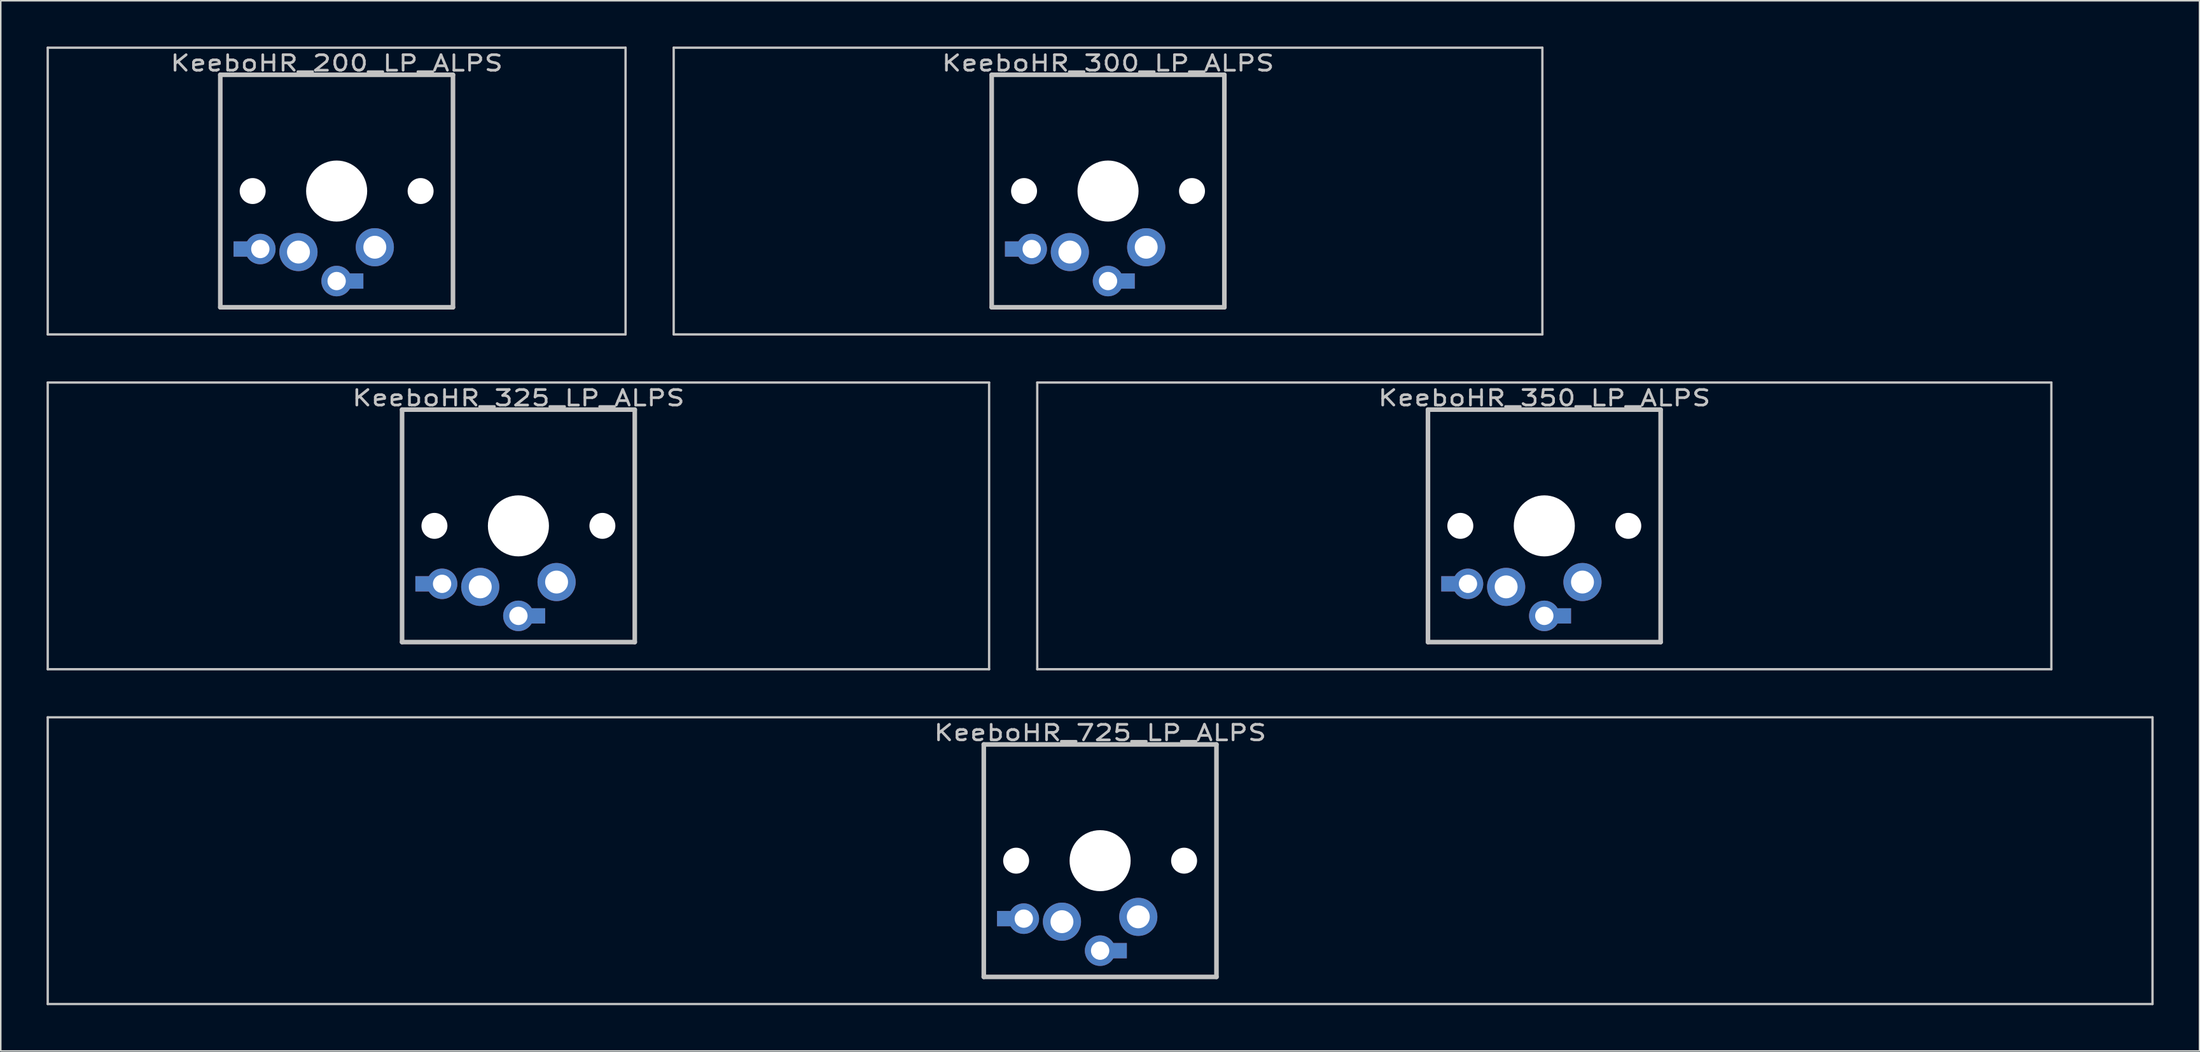
<source format=kicad_pcb>
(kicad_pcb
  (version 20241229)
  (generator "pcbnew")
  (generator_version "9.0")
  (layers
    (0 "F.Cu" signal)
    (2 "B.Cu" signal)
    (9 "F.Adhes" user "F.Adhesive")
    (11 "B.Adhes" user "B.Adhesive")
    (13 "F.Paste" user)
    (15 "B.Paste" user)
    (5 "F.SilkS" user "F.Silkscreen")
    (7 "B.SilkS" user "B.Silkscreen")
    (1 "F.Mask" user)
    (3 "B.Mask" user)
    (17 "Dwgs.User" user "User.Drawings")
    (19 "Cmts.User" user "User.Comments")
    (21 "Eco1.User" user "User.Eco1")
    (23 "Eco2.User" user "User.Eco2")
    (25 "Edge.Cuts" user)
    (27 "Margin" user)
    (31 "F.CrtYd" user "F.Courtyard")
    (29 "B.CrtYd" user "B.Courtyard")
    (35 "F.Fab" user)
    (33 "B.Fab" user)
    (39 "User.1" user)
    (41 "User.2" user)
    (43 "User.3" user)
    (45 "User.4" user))
  (footprint "KeeboHR_200_LP_ALPS"
    (layer "F.Cu")
    (at 18.999 9.474)
    (property "Reference" "KeeboHR_200_LP_ALPS" (at 0 -8.382 0) (layer "Dwgs.User") (effects (font (size 1.016 1.27) (thickness 0.178))))
    (attr through_hole)
    (fp_line (start -18.923 -9.398) (end 18.923 -9.398) (stroke (width 0.152) (type solid)) (layer "Dwgs.User"))
    (fp_line (start -18.923 9.398) (end -18.923 -9.398) (stroke (width 0.152) (type solid)) (layer "Dwgs.User"))
    (fp_line (start -7.62 -7.62) (end 7.62 -7.62) (stroke (width 0.3) (type solid)) (layer "Dwgs.User"))
    (fp_line (start -7.62 7.62) (end -7.62 -7.62) (stroke (width 0.3) (type solid)) (layer "Dwgs.User"))
    (fp_line (start 7.62 -7.62) (end 7.62 7.62) (stroke (width 0.3) (type solid)) (layer "Dwgs.User"))
    (fp_line (start 7.62 7.62) (end -7.62 7.62) (stroke (width 0.3) (type solid)) (layer "Dwgs.User"))
    (fp_line (start 18.923 -9.398) (end 18.923 9.398) (stroke (width 0.152) (type solid)) (layer "Dwgs.User"))
    (fp_line (start 18.923 9.398) (end -18.923 9.398) (stroke (width 0.152) (type solid)) (layer "Dwgs.User"))
    (pad "" np_thru_hole circle (at -5.5 0) (size 1.7 1.7) (drill 1.7) (layers "*.Cu" "*.Mask"))
    (pad "" np_thru_hole circle (at 0 0) (size 4 4) (drill 4) (layers "*.Cu" "*.Mask"))
    (pad "" np_thru_hole circle (at 5.5 0) (size 1.7 1.7) (drill 1.7) (layers "*.Cu" "*.Mask"))
    (pad "1" thru_hole circle (at 0 5.9) (size 2 2) (drill 1.2) (layers "*.Cu" "*.Mask"))
    (pad "1" smd rect (at 1.25 5.9) (size 1 1) (layers "*.Cu" "*.Mask"))
    (pad "1" thru_hole circle (at 2.5 3.683) (size 2.5 2.5) (drill 1.5) (layers "*.Cu" "*.Mask"))
    (pad "2" smd rect (at -6.25 3.8) (size 1 1) (layers "*.Cu" "*.Mask"))
    (pad "2" thru_hole circle (at -5 3.8) (size 2 2) (drill 1.2) (layers "*.Cu" "*.Mask"))
    (pad "2" thru_hole circle (at -2.5 4) (size 2.5 2.5) (drill 1.5) (layers "*.Cu" "*.Mask")))
  (footprint "KeeboHR_350_LP_ALPS"
    (layer "F.Cu")
    (at 98.098 31.423)
    (property "Reference" "KeeboHR_350_LP_ALPS" (at 0 -8.382 0) (layer "Dwgs.User") (effects (font (size 1.016 1.27) (thickness 0.178))))
    (attr through_hole)
    (fp_line (start -33.211 -9.398) (end 33.211 -9.398) (stroke (width 0.152) (type solid)) (layer "Dwgs.User"))
    (fp_line (start -33.211 9.398) (end -33.211 -9.398) (stroke (width 0.152) (type solid)) (layer "Dwgs.User"))
    (fp_line (start -7.62 -7.62) (end 7.62 -7.62) (stroke (width 0.3) (type solid)) (layer "Dwgs.User"))
    (fp_line (start -7.62 7.62) (end -7.62 -7.62) (stroke (width 0.3) (type solid)) (layer "Dwgs.User"))
    (fp_line (start 7.62 -7.62) (end 7.62 7.62) (stroke (width 0.3) (type solid)) (layer "Dwgs.User"))
    (fp_line (start 7.62 7.62) (end -7.62 7.62) (stroke (width 0.3) (type solid)) (layer "Dwgs.User"))
    (fp_line (start 33.211 -9.398) (end 33.211 9.398) (stroke (width 0.152) (type solid)) (layer "Dwgs.User"))
    (fp_line (start 33.211 9.398) (end -33.211 9.398) (stroke (width 0.152) (type solid)) (layer "Dwgs.User"))
    (pad "" np_thru_hole circle (at -5.5 0) (size 1.7 1.7) (drill 1.7) (layers "*.Cu" "*.Mask"))
    (pad "" np_thru_hole circle (at 0 0) (size 4 4) (drill 4) (layers "*.Cu" "*.Mask"))
    (pad "" np_thru_hole circle (at 5.5 0) (size 1.7 1.7) (drill 1.7) (layers "*.Cu" "*.Mask"))
    (pad "1" thru_hole circle (at 0 5.9) (size 2 2) (drill 1.2) (layers "*.Cu" "*.Mask"))
    (pad "1" smd rect (at 1.25 5.9) (size 1 1) (layers "*.Cu" "*.Mask"))
    (pad "1" thru_hole circle (at 2.5 3.683) (size 2.5 2.5) (drill 1.5) (layers "*.Cu" "*.Mask"))
    (pad "2" smd rect (at -6.25 3.8) (size 1 1) (layers "*.Cu" "*.Mask"))
    (pad "2" thru_hole circle (at -5 3.8) (size 2 2) (drill 1.2) (layers "*.Cu" "*.Mask"))
    (pad "2" thru_hole circle (at -2.5 4) (size 2.5 2.5) (drill 1.5) (layers "*.Cu" "*.Mask")))
  (footprint "KeeboHR_300_LP_ALPS"
    (layer "F.Cu")
    (at 69.523 9.474)
    (property "Reference" "KeeboHR_300_LP_ALPS" (at 0 -8.382 0) (layer "Dwgs.User") (effects (font (size 1.016 1.27) (thickness 0.178))))
    (attr through_hole)
    (fp_line (start -28.448 -9.398) (end 28.448 -9.398) (stroke (width 0.152) (type solid)) (layer "Dwgs.User"))
    (fp_line (start -28.448 9.398) (end -28.448 -9.398) (stroke (width 0.152) (type solid)) (layer "Dwgs.User"))
    (fp_line (start -7.62 -7.62) (end 7.62 -7.62) (stroke (width 0.3) (type solid)) (layer "Dwgs.User"))
    (fp_line (start -7.62 7.62) (end -7.62 -7.62) (stroke (width 0.3) (type solid)) (layer "Dwgs.User"))
    (fp_line (start 7.62 -7.62) (end 7.62 7.62) (stroke (width 0.3) (type solid)) (layer "Dwgs.User"))
    (fp_line (start 7.62 7.62) (end -7.62 7.62) (stroke (width 0.3) (type solid)) (layer "Dwgs.User"))
    (fp_line (start 28.448 -9.398) (end 28.448 9.398) (stroke (width 0.152) (type solid)) (layer "Dwgs.User"))
    (fp_line (start 28.448 9.398) (end -28.448 9.398) (stroke (width 0.152) (type solid)) (layer "Dwgs.User"))
    (pad "" np_thru_hole circle (at -5.5 0) (size 1.7 1.7) (drill 1.7) (layers "*.Cu" "*.Mask"))
    (pad "" np_thru_hole circle (at 0 0) (size 4 4) (drill 4) (layers "*.Cu" "*.Mask"))
    (pad "" np_thru_hole circle (at 5.5 0) (size 1.7 1.7) (drill 1.7) (layers "*.Cu" "*.Mask"))
    (pad "1" thru_hole circle (at 0 5.9) (size 2 2) (drill 1.2) (layers "*.Cu" "*.Mask"))
    (pad "1" smd rect (at 1.25 5.9) (size 1 1) (layers "*.Cu" "*.Mask"))
    (pad "1" thru_hole circle (at 2.5 3.683) (size 2.5 2.5) (drill 1.5) (layers "*.Cu" "*.Mask"))
    (pad "2" smd rect (at -6.25 3.8) (size 1 1) (layers "*.Cu" "*.Mask"))
    (pad "2" thru_hole circle (at -5 3.8) (size 2 2) (drill 1.2) (layers "*.Cu" "*.Mask"))
    (pad "2" thru_hole circle (at -2.5 4) (size 2.5 2.5) (drill 1.5) (layers "*.Cu" "*.Mask")))
  (footprint "KeeboHR_725_LP_ALPS"
    (layer "F.Cu")
    (at 69.005 53.371)
    (property "Reference" "KeeboHR_725_LP_ALPS" (at 0 -8.382 0) (layer "Dwgs.User") (effects (font (size 1.016 1.27) (thickness 0.178))))
    (attr through_hole)
    (fp_line (start -68.929 -9.398) (end 68.929 -9.398) (stroke (width 0.152) (type solid)) (layer "Dwgs.User"))
    (fp_line (start -68.929 9.398) (end -68.929 -9.398) (stroke (width 0.152) (type solid)) (layer "Dwgs.User"))
    (fp_line (start -7.62 -7.62) (end 7.62 -7.62) (stroke (width 0.3) (type solid)) (layer "Dwgs.User"))
    (fp_line (start -7.62 7.62) (end -7.62 -7.62) (stroke (width 0.3) (type solid)) (layer "Dwgs.User"))
    (fp_line (start 7.62 -7.62) (end 7.62 7.62) (stroke (width 0.3) (type solid)) (layer "Dwgs.User"))
    (fp_line (start 7.62 7.62) (end -7.62 7.62) (stroke (width 0.3) (type solid)) (layer "Dwgs.User"))
    (fp_line (start 68.929 -9.398) (end 68.929 9.398) (stroke (width 0.152) (type solid)) (layer "Dwgs.User"))
    (fp_line (start 68.929 9.398) (end -68.929 9.398) (stroke (width 0.152) (type solid)) (layer "Dwgs.User"))
    (pad "" np_thru_hole circle (at -5.5 0) (size 1.7 1.7) (drill 1.7) (layers "*.Cu" "*.Mask"))
    (pad "" np_thru_hole circle (at 0 0) (size 4 4) (drill 4) (layers "*.Cu" "*.Mask"))
    (pad "" np_thru_hole circle (at 5.5 0) (size 1.7 1.7) (drill 1.7) (layers "*.Cu" "*.Mask"))
    (pad "1" thru_hole circle (at 0 5.9) (size 2 2) (drill 1.2) (layers "*.Cu" "*.Mask"))
    (pad "1" smd rect (at 1.25 5.9) (size 1 1) (layers "*.Cu" "*.Mask"))
    (pad "1" thru_hole circle (at 2.5 3.683) (size 2.5 2.5) (drill 1.5) (layers "*.Cu" "*.Mask"))
    (pad "2" smd rect (at -6.25 3.8) (size 1 1) (layers "*.Cu" "*.Mask"))
    (pad "2" thru_hole circle (at -5 3.8) (size 2 2) (drill 1.2) (layers "*.Cu" "*.Mask"))
    (pad "2" thru_hole circle (at -2.5 4) (size 2.5 2.5) (drill 1.5) (layers "*.Cu" "*.Mask")))
  (footprint "KeeboHR_325_LP_ALPS"
    (layer "F.Cu")
    (at 30.905 31.423)
    (property "Reference" "KeeboHR_325_LP_ALPS" (at 0 -8.382 0) (layer "Dwgs.User") (effects (font (size 1.016 1.27) (thickness 0.178))))
    (attr through_hole)
    (fp_line (start -30.829 -9.398) (end 30.829 -9.398) (stroke (width 0.152) (type solid)) (layer "Dwgs.User"))
    (fp_line (start -30.829 9.398) (end -30.829 -9.398) (stroke (width 0.152) (type solid)) (layer "Dwgs.User"))
    (fp_line (start -7.62 -7.62) (end 7.62 -7.62) (stroke (width 0.3) (type solid)) (layer "Dwgs.User"))
    (fp_line (start -7.62 7.62) (end -7.62 -7.62) (stroke (width 0.3) (type solid)) (layer "Dwgs.User"))
    (fp_line (start 7.62 -7.62) (end 7.62 7.62) (stroke (width 0.3) (type solid)) (layer "Dwgs.User"))
    (fp_line (start 7.62 7.62) (end -7.62 7.62) (stroke (width 0.3) (type solid)) (layer "Dwgs.User"))
    (fp_line (start 30.829 -9.398) (end 30.829 9.398) (stroke (width 0.152) (type solid)) (layer "Dwgs.User"))
    (fp_line (start 30.829 9.398) (end -30.829 9.398) (stroke (width 0.152) (type solid)) (layer "Dwgs.User"))
    (pad "" np_thru_hole circle (at -5.5 0) (size 1.7 1.7) (drill 1.7) (layers "*.Cu" "*.Mask"))
    (pad "" np_thru_hole circle (at 0 0) (size 4 4) (drill 4) (layers "*.Cu" "*.Mask"))
    (pad "" np_thru_hole circle (at 5.5 0) (size 1.7 1.7) (drill 1.7) (layers "*.Cu" "*.Mask"))
    (pad "1" thru_hole circle (at 0 5.9) (size 2 2) (drill 1.2) (layers "*.Cu" "*.Mask"))
    (pad "1" smd rect (at 1.25 5.9) (size 1 1) (layers "*.Cu" "*.Mask"))
    (pad "1" thru_hole circle (at 2.5 3.683) (size 2.5 2.5) (drill 1.5) (layers "*.Cu" "*.Mask"))
    (pad "2" smd rect (at -6.25 3.8) (size 1 1) (layers "*.Cu" "*.Mask"))
    (pad "2" thru_hole circle (at -5 3.8) (size 2 2) (drill 1.2) (layers "*.Cu" "*.Mask"))
    (pad "2" thru_hole circle (at -2.5 4) (size 2.5 2.5) (drill 1.5) (layers "*.Cu" "*.Mask")))
  (gr_rect
    (start -3 -3)
    (end 141.011 65.845)
    (stroke (width 0.1) (type default))
    (fill no)
    (layer "Edge.Cuts")))
</source>
